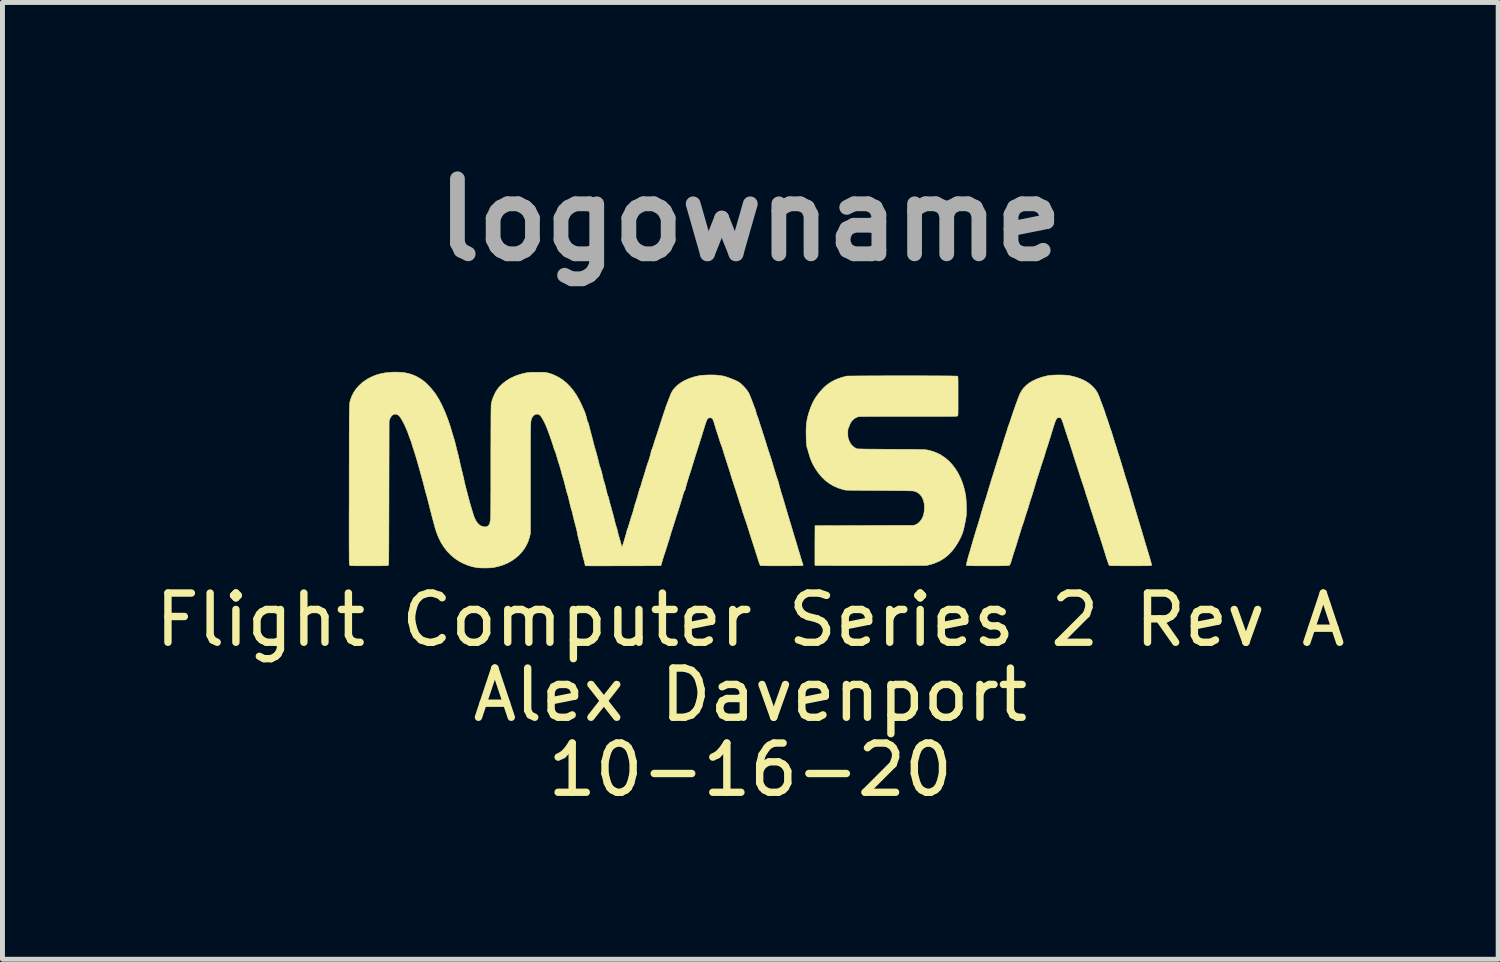
<source format=kicad_pcb>
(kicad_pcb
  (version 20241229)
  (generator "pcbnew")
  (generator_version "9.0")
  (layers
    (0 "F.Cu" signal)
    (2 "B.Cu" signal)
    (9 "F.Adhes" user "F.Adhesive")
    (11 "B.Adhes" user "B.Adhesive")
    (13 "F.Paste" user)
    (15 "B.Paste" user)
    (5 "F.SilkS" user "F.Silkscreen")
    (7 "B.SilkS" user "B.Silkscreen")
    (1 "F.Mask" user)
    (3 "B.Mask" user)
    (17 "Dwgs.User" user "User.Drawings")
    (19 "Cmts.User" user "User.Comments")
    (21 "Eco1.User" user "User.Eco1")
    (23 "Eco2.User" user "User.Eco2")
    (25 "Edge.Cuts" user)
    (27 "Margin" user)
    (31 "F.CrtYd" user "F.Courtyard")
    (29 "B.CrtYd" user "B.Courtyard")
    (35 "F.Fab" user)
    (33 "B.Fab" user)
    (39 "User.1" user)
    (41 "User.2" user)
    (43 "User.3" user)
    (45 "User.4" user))
  (footprint "logowname"
    (layer "F.Cu")
    (at 12.196 6.498)
    (property "Reference" "logowname" (at 0 -5.08 0) (layer "F.Fab") (effects (font (size 1.524 1.524) (thickness 0.3))))
    (attr through_hole)
    (fp_poly (pts (xy 3.253 -1.912) (xy 3.351 -1.912) (xy 3.446 -1.912) (xy 3.539 -1.912) (xy 3.628 -1.911) (xy 3.714 -1.911) (xy 3.794 -1.911) (xy 3.869 -1.91) (xy 3.939 -1.91) (xy 4.002 -1.909) (xy 4.058 -1.909) (xy 4.106 -1.908) (xy 4.146 -1.907) (xy 4.177 -1.907) (xy 4.198 -1.906) (xy 4.21 -1.905) (xy 4.211 -1.905) (xy 4.214 -1.903) (xy 4.216 -1.901) (xy 4.217 -1.896) (xy 4.218 -1.889) (xy 4.22 -1.877) (xy 4.22 -1.861) (xy 4.221 -1.84) (xy 4.222 -1.811) (xy 4.222 -1.775) (xy 4.222 -1.731) (xy 4.222 -1.677) (xy 4.222 -1.612) (xy 4.222 -1.536) (xy 4.222 -1.503) (xy 4.222 -1.422) (xy 4.222 -1.353) (xy 4.222 -1.295) (xy 4.222 -1.246) (xy 4.222 -1.207) (xy 4.221 -1.175) (xy 4.221 -1.151) (xy 4.22 -1.132) (xy 4.219 -1.119) (xy 4.218 -1.109) (xy 4.216 -1.103) (xy 4.214 -1.099) (xy 4.212 -1.096) (xy 4.212 -1.096) (xy 4.21 -1.095) (xy 4.207 -1.093) (xy 4.203 -1.092) (xy 4.196 -1.091) (xy 4.186 -1.09) (xy 4.174 -1.09) (xy 4.158 -1.089) (xy 4.138 -1.088) (xy 4.113 -1.088) (xy 4.084 -1.087) (xy 4.049 -1.087) (xy 4.008 -1.087) (xy 3.96 -1.086) (xy 3.906 -1.086) (xy 3.844 -1.086) (xy 3.774 -1.086) (xy 3.696 -1.086) (xy 3.61 -1.086) (xy 3.513 -1.086) (xy 3.407 -1.086) (xy 3.291 -1.086) (xy 3.218 -1.086) (xy 3.115 -1.086) (xy 3.014 -1.086) (xy 2.916 -1.086) (xy 2.822 -1.086) (xy 2.732 -1.086) (xy 2.648 -1.086) (xy 2.569 -1.086) (xy 2.496 -1.085) (xy 2.43 -1.085) (xy 2.371 -1.085) (xy 2.321 -1.084) (xy 2.278 -1.084) (xy 2.245 -1.084) (xy 2.221 -1.083) (xy 2.208 -1.083) (xy 2.205 -1.082) (xy 2.174 -1.074) (xy 2.14 -1.057) (xy 2.106 -1.035) (xy 2.077 -1.01) (xy 2.056 -0.984) (xy 2.036 -0.95) (xy 2.018 -0.913) (xy 2.006 -0.879) (xy 2 -0.86) (xy 1.992 -0.845) (xy 1.991 -0.842) (xy 1.987 -0.835) (xy 1.984 -0.824) (xy 1.983 -0.806) (xy 1.982 -0.78) (xy 1.982 -0.747) (xy 1.982 -0.71) (xy 1.984 -0.682) (xy 1.986 -0.66) (xy 1.99 -0.642) (xy 1.995 -0.625) (xy 2.019 -0.566) (xy 2.051 -0.515) (xy 2.091 -0.474) (xy 2.138 -0.442) (xy 2.163 -0.43) (xy 2.171 -0.428) (xy 2.188 -0.427) (xy 2.216 -0.426) (xy 2.252 -0.425) (xy 2.299 -0.424) (xy 2.356 -0.423) (xy 2.424 -0.422) (xy 2.501 -0.422) (xy 2.59 -0.421) (xy 2.689 -0.42) (xy 2.798 -0.419) (xy 2.864 -0.419) (xy 2.964 -0.418) (xy 3.055 -0.418) (xy 3.136 -0.418) (xy 3.207 -0.417) (xy 3.27 -0.417) (xy 3.326 -0.416) (xy 3.374 -0.416) (xy 3.415 -0.415) (xy 3.45 -0.414) (xy 3.48 -0.414) (xy 3.506 -0.413) (xy 3.527 -0.412) (xy 3.545 -0.411) (xy 3.559 -0.41) (xy 3.572 -0.408) (xy 3.583 -0.407) (xy 3.593 -0.405) (xy 3.603 -0.403) (xy 3.613 -0.401) (xy 3.616 -0.401) (xy 3.681 -0.384) (xy 3.747 -0.362) (xy 3.809 -0.336) (xy 3.864 -0.308) (xy 3.948 -0.253) (xy 4.027 -0.188) (xy 4.099 -0.113) (xy 4.164 -0.028) (xy 4.222 0.064) (xy 4.272 0.164) (xy 4.313 0.271) (xy 4.327 0.314) (xy 4.345 0.377) (xy 4.359 0.433) (xy 4.37 0.486) (xy 4.379 0.538) (xy 4.384 0.593) (xy 4.388 0.654) (xy 4.391 0.723) (xy 4.392 0.744) (xy 4.393 0.795) (xy 4.393 0.837) (xy 4.392 0.873) (xy 4.39 0.906) (xy 4.387 0.939) (xy 4.382 0.974) (xy 4.375 1.013) (xy 4.366 1.06) (xy 4.357 1.108) (xy 4.344 1.167) (xy 4.332 1.217) (xy 4.32 1.259) (xy 4.307 1.298) (xy 4.292 1.335) (xy 4.275 1.373) (xy 4.271 1.381) (xy 4.215 1.486) (xy 4.154 1.579) (xy 4.088 1.662) (xy 4.017 1.734) (xy 3.94 1.795) (xy 3.858 1.846) (xy 3.769 1.887) (xy 3.673 1.919) (xy 3.643 1.927) (xy 3.575 1.944) (xy 2.446 1.945) (xy 2.295 1.945) (xy 2.154 1.945) (xy 2.025 1.945) (xy 1.906 1.945) (xy 1.798 1.945) (xy 1.701 1.945) (xy 1.615 1.944) (xy 1.539 1.944) (xy 1.474 1.944) (xy 1.421 1.943) (xy 1.378 1.942) (xy 1.346 1.942) (xy 1.325 1.941) (xy 1.315 1.94) (xy 1.314 1.94) (xy 1.314 1.933) (xy 1.313 1.914) (xy 1.313 1.884) (xy 1.313 1.845) (xy 1.313 1.798) (xy 1.313 1.744) (xy 1.313 1.683) (xy 1.313 1.618) (xy 1.313 1.548) (xy 1.313 1.534) (xy 1.315 1.133) (xy 3.327 1.127) (xy 3.359 1.113) (xy 3.39 1.098) (xy 3.414 1.081) (xy 3.436 1.06) (xy 3.454 1.04) (xy 3.486 0.996) (xy 3.509 0.948) (xy 3.525 0.896) (xy 3.535 0.837) (xy 3.537 0.797) (xy 3.538 0.736) (xy 3.533 0.684) (xy 3.524 0.637) (xy 3.508 0.593) (xy 3.481 0.54) (xy 3.446 0.497) (xy 3.404 0.463) (xy 3.356 0.44) (xy 3.324 0.431) (xy 3.314 0.43) (xy 3.297 0.428) (xy 3.273 0.427) (xy 3.241 0.426) (xy 3.201 0.425) (xy 3.152 0.424) (xy 3.095 0.423) (xy 3.028 0.423) (xy 2.952 0.422) (xy 2.866 0.421) (xy 2.77 0.42) (xy 2.664 0.419) (xy 2.616 0.419) (xy 2.515 0.419) (xy 2.426 0.418) (xy 2.346 0.417) (xy 2.275 0.417) (xy 2.213 0.416) (xy 2.159 0.416) (xy 2.112 0.415) (xy 2.071 0.415) (xy 2.037 0.414) (xy 2.008 0.413) (xy 1.984 0.413) (xy 1.964 0.412) (xy 1.948 0.411) (xy 1.934 0.41) (xy 1.923 0.408) (xy 1.914 0.407) (xy 1.905 0.405) (xy 1.897 0.403) (xy 1.889 0.401) (xy 1.889 0.401) (xy 1.788 0.369) (xy 1.694 0.328) (xy 1.608 0.278) (xy 1.527 0.217) (xy 1.453 0.146) (xy 1.385 0.065) (xy 1.321 -0.028) (xy 1.272 -0.114) (xy 1.251 -0.158) (xy 1.23 -0.208) (xy 1.21 -0.265) (xy 1.19 -0.331) (xy 1.177 -0.375) (xy 1.169 -0.404) (xy 1.162 -0.43) (xy 1.156 -0.449) (xy 1.152 -0.458) (xy 1.148 -0.472) (xy 1.145 -0.498) (xy 1.141 -0.533) (xy 1.138 -0.575) (xy 1.136 -0.624) (xy 1.135 -0.677) (xy 1.134 -0.734) (xy 1.134 -0.743) (xy 1.134 -0.819) (xy 1.137 -0.886) (xy 1.142 -0.946) (xy 1.151 -1.003) (xy 1.162 -1.059) (xy 1.177 -1.118) (xy 1.185 -1.146) (xy 1.219 -1.249) (xy 1.257 -1.341) (xy 1.299 -1.423) (xy 1.324 -1.464) (xy 1.361 -1.516) (xy 1.402 -1.57) (xy 1.447 -1.622) (xy 1.491 -1.669) (xy 1.533 -1.708) (xy 1.535 -1.709) (xy 1.602 -1.76) (xy 1.678 -1.806) (xy 1.762 -1.845) (xy 1.852 -1.877) (xy 1.902 -1.891) (xy 1.965 -1.907) (xy 2.29 -1.91) (xy 2.376 -1.91) (xy 2.466 -1.911) (xy 2.559 -1.911) (xy 2.655 -1.911) (xy 2.753 -1.912) (xy 2.853 -1.912) (xy 2.953 -1.912) (xy 3.054 -1.912) (xy 3.154 -1.912) (xy 3.253 -1.912)) (stroke (width 0.01) (type solid)) (fill yes) (layer "F.SilkS"))
    (fp_poly (pts (xy 6.324 -1.928) (xy 6.373 -1.926) (xy 6.418 -1.924) (xy 6.457 -1.92) (xy 6.487 -1.916) (xy 6.49 -1.915) (xy 6.585 -1.893) (xy 6.669 -1.867) (xy 6.745 -1.837) (xy 6.813 -1.803) (xy 6.874 -1.764) (xy 6.93 -1.719) (xy 6.974 -1.676) (xy 7.009 -1.636) (xy 7.039 -1.593) (xy 7.065 -1.544) (xy 7.09 -1.487) (xy 7.106 -1.443) (xy 7.115 -1.417) (xy 7.127 -1.384) (xy 7.141 -1.349) (xy 7.153 -1.319) (xy 7.167 -1.281) (xy 7.183 -1.237) (xy 7.198 -1.194) (xy 7.207 -1.167) (xy 7.218 -1.131) (xy 7.23 -1.094) (xy 7.242 -1.06) (xy 7.251 -1.037) (xy 7.261 -1.008) (xy 7.273 -0.973) (xy 7.285 -0.936) (xy 7.293 -0.91) (xy 7.303 -0.879) (xy 7.312 -0.85) (xy 7.32 -0.827) (xy 7.325 -0.813) (xy 7.331 -0.799) (xy 7.339 -0.776) (xy 7.348 -0.746) (xy 7.359 -0.712) (xy 7.365 -0.692) (xy 7.376 -0.653) (xy 7.389 -0.612) (xy 7.401 -0.574) (xy 7.411 -0.542) (xy 7.414 -0.533) (xy 7.425 -0.5) (xy 7.437 -0.463) (xy 7.447 -0.429) (xy 7.45 -0.419) (xy 7.459 -0.387) (xy 7.47 -0.351) (xy 7.481 -0.32) (xy 7.481 -0.318) (xy 7.49 -0.292) (xy 7.502 -0.256) (xy 7.516 -0.208) (xy 7.534 -0.152) (xy 7.553 -0.086) (xy 7.576 -0.012) (xy 7.6 0.069) (xy 7.607 0.092) (xy 7.618 0.13) (xy 7.63 0.168) (xy 7.64 0.202) (xy 7.649 0.228) (xy 7.654 0.241) (xy 7.66 0.261) (xy 7.67 0.289) (xy 7.68 0.324) (xy 7.692 0.363) (xy 7.704 0.403) (xy 7.715 0.443) (xy 7.727 0.482) (xy 7.738 0.523) (xy 7.751 0.564) (xy 7.764 0.609) (xy 7.778 0.657) (xy 7.794 0.71) (xy 7.811 0.768) (xy 7.831 0.834) (xy 7.853 0.907) (xy 7.877 0.989) (xy 7.905 1.081) (xy 7.936 1.183) (xy 7.941 1.2) (xy 7.955 1.246) (xy 7.969 1.294) (xy 7.983 1.342) (xy 7.996 1.384) (xy 8.006 1.418) (xy 8.007 1.422) (xy 8.018 1.461) (xy 8.03 1.502) (xy 8.042 1.54) (xy 8.052 1.572) (xy 8.052 1.572) (xy 8.059 1.596) (xy 8.069 1.63) (xy 8.082 1.671) (xy 8.095 1.715) (xy 8.109 1.761) (xy 8.116 1.786) (xy 8.13 1.834) (xy 8.14 1.871) (xy 8.148 1.899) (xy 8.152 1.918) (xy 8.154 1.931) (xy 8.154 1.939) (xy 8.153 1.943) (xy 8.152 1.943) (xy 8.145 1.944) (xy 8.128 1.945) (xy 8.103 1.946) (xy 8.069 1.947) (xy 8.028 1.948) (xy 7.982 1.948) (xy 7.931 1.949) (xy 7.876 1.949) (xy 7.818 1.949) (xy 7.759 1.949) (xy 7.699 1.949) (xy 7.64 1.949) (xy 7.582 1.949) (xy 7.527 1.949) (xy 7.475 1.948) (xy 7.428 1.948) (xy 7.387 1.947) (xy 7.352 1.946) (xy 7.325 1.946) (xy 7.307 1.945) (xy 7.299 1.943) (xy 7.299 1.943) (xy 7.295 1.94) (xy 7.291 1.934) (xy 7.286 1.925) (xy 7.28 1.911) (xy 7.273 1.893) (xy 7.265 1.868) (xy 7.254 1.837) (xy 7.241 1.799) (xy 7.226 1.752) (xy 7.209 1.696) (xy 7.188 1.63) (xy 7.165 1.554) (xy 7.146 1.494) (xy 7.134 1.456) (xy 7.12 1.414) (xy 7.107 1.373) (xy 7.098 1.348) (xy 7.086 1.312) (xy 7.073 1.272) (xy 7.061 1.234) (xy 7.055 1.216) (xy 7.045 1.182) (xy 7.034 1.146) (xy 7.022 1.113) (xy 7.018 1.102) (xy 7.009 1.076) (xy 6.998 1.043) (xy 6.986 1.005) (xy 6.975 0.968) (xy 6.973 0.962) (xy 6.962 0.926) (xy 6.951 0.891) (xy 6.941 0.86) (xy 6.933 0.836) (xy 6.932 0.832) (xy 6.924 0.811) (xy 6.914 0.781) (xy 6.903 0.747) (xy 6.892 0.71) (xy 6.887 0.694) (xy 6.876 0.658) (xy 6.865 0.622) (xy 6.854 0.591) (xy 6.846 0.567) (xy 6.844 0.559) (xy 6.837 0.539) (xy 6.827 0.51) (xy 6.816 0.476) (xy 6.806 0.44) (xy 6.803 0.43) (xy 6.791 0.392) (xy 6.779 0.353) (xy 6.767 0.316) (xy 6.757 0.287) (xy 6.755 0.283) (xy 6.746 0.258) (xy 6.735 0.225) (xy 6.722 0.185) (xy 6.709 0.144) (xy 6.696 0.105) (xy 6.681 0.058) (xy 6.665 0.006) (xy 6.648 -0.047) (xy 6.632 -0.096) (xy 6.623 -0.124) (xy 6.608 -0.168) (xy 6.592 -0.217) (xy 6.577 -0.266) (xy 6.563 -0.31) (xy 6.558 -0.327) (xy 6.546 -0.366) (xy 6.534 -0.402) (xy 6.522 -0.44) (xy 6.509 -0.481) (xy 6.494 -0.527) (xy 6.476 -0.581) (xy 6.462 -0.622) (xy 6.453 -0.651) (xy 6.441 -0.688) (xy 6.428 -0.727) (xy 6.415 -0.767) (xy 6.412 -0.775) (xy 6.391 -0.84) (xy 6.374 -0.895) (xy 6.359 -0.94) (xy 6.346 -0.976) (xy 6.336 -1.004) (xy 6.327 -1.025) (xy 6.319 -1.04) (xy 6.312 -1.05) (xy 6.304 -1.056) (xy 6.297 -1.059) (xy 6.288 -1.06) (xy 6.278 -1.06) (xy 6.274 -1.06) (xy 6.259 -1.06) (xy 6.245 -1.056) (xy 6.233 -1.049) (xy 6.222 -1.036) (xy 6.212 -1.018) (xy 6.2 -0.992) (xy 6.188 -0.958) (xy 6.173 -0.914) (xy 6.156 -0.859) (xy 6.154 -0.854) (xy 6.13 -0.776) (xy 6.11 -0.709) (xy 6.092 -0.652) (xy 6.077 -0.604) (xy 6.064 -0.564) (xy 6.054 -0.53) (xy 6.045 -0.503) (xy 6.038 -0.48) (xy 6.031 -0.46) (xy 6.026 -0.444) (xy 6.023 -0.437) (xy 6.012 -0.404) (xy 6 -0.365) (xy 5.99 -0.33) (xy 5.989 -0.326) (xy 5.981 -0.298) (xy 5.97 -0.263) (xy 5.958 -0.225) (xy 5.945 -0.188) (xy 5.945 -0.187) (xy 5.932 -0.149) (xy 5.917 -0.105) (xy 5.902 -0.058) (xy 5.889 -0.015) (xy 5.887 -0.01) (xy 5.876 0.027) (xy 5.865 0.062) (xy 5.855 0.093) (xy 5.847 0.117) (xy 5.844 0.124) (xy 5.837 0.145) (xy 5.828 0.174) (xy 5.817 0.208) (xy 5.807 0.242) (xy 5.807 0.244) (xy 5.79 0.302) (xy 5.772 0.363) (xy 5.754 0.423) (xy 5.736 0.48) (xy 5.72 0.532) (xy 5.705 0.577) (xy 5.695 0.606) (xy 5.684 0.641) (xy 5.672 0.679) (xy 5.662 0.714) (xy 5.658 0.726) (xy 5.649 0.759) (xy 5.637 0.797) (xy 5.625 0.833) (xy 5.622 0.84) (xy 5.613 0.869) (xy 5.601 0.905) (xy 5.588 0.945) (xy 5.577 0.983) (xy 5.576 0.987) (xy 5.566 1.021) (xy 5.556 1.051) (xy 5.548 1.076) (xy 5.542 1.092) (xy 5.541 1.095) (xy 5.537 1.106) (xy 5.53 1.125) (xy 5.521 1.152) (xy 5.509 1.189) (xy 5.495 1.236) (xy 5.477 1.293) (xy 5.456 1.36) (xy 5.432 1.439) (xy 5.424 1.467) (xy 5.411 1.508) (xy 5.399 1.548) (xy 5.387 1.584) (xy 5.377 1.614) (xy 5.37 1.634) (xy 5.37 1.635) (xy 5.363 1.656) (xy 5.353 1.686) (xy 5.342 1.722) (xy 5.33 1.761) (xy 5.322 1.788) (xy 5.308 1.835) (xy 5.297 1.872) (xy 5.287 1.899) (xy 5.279 1.918) (xy 5.271 1.931) (xy 5.263 1.939) (xy 5.255 1.943) (xy 5.247 1.944) (xy 5.228 1.946) (xy 5.2 1.946) (xy 5.161 1.947) (xy 5.114 1.948) (xy 5.057 1.949) (xy 4.993 1.949) (xy 4.921 1.949) (xy 4.842 1.949) (xy 4.817 1.949) (xy 4.736 1.949) (xy 4.666 1.949) (xy 4.606 1.949) (xy 4.554 1.949) (xy 4.511 1.948) (xy 4.476 1.948) (xy 4.447 1.947) (xy 4.426 1.946) (xy 4.41 1.945) (xy 4.399 1.944) (xy 4.393 1.943) (xy 4.39 1.941) (xy 4.39 1.941) (xy 4.391 1.932) (xy 4.394 1.913) (xy 4.399 1.886) (xy 4.407 1.854) (xy 4.416 1.819) (xy 4.425 1.783) (xy 4.434 1.749) (xy 4.444 1.718) (xy 4.448 1.704) (xy 4.455 1.681) (xy 4.465 1.649) (xy 4.476 1.611) (xy 4.487 1.572) (xy 4.494 1.546) (xy 4.51 1.492) (xy 4.527 1.433) (xy 4.545 1.373) (xy 4.563 1.313) (xy 4.58 1.256) (xy 4.596 1.204) (xy 4.609 1.159) (xy 4.621 1.124) (xy 4.621 1.124) (xy 4.63 1.096) (xy 4.641 1.059) (xy 4.653 1.019) (xy 4.665 0.979) (xy 4.669 0.965) (xy 4.693 0.88) (xy 4.715 0.807) (xy 4.733 0.746) (xy 4.748 0.696) (xy 4.76 0.658) (xy 4.77 0.632) (xy 4.77 0.63) (xy 4.777 0.61) (xy 4.786 0.581) (xy 4.797 0.547) (xy 4.808 0.508) (xy 4.817 0.477) (xy 4.83 0.433) (xy 4.845 0.382) (xy 4.862 0.328) (xy 4.878 0.276) (xy 4.889 0.238) (xy 4.904 0.191) (xy 4.921 0.137) (xy 4.939 0.079) (xy 4.956 0.023) (xy 4.972 -0.028) (xy 4.972 -0.029) (xy 4.986 -0.072) (xy 4.999 -0.115) (xy 5.011 -0.154) (xy 5.022 -0.187) (xy 5.03 -0.212) (xy 5.032 -0.219) (xy 5.054 -0.285) (xy 5.077 -0.359) (xy 5.102 -0.436) (xy 5.125 -0.511) (xy 5.137 -0.552) (xy 5.15 -0.593) (xy 5.163 -0.635) (xy 5.176 -0.674) (xy 5.187 -0.707) (xy 5.191 -0.721) (xy 5.202 -0.755) (xy 5.214 -0.792) (xy 5.225 -0.826) (xy 5.228 -0.838) (xy 5.238 -0.871) (xy 5.25 -0.906) (xy 5.262 -0.937) (xy 5.263 -0.94) (xy 5.272 -0.964) (xy 5.283 -0.997) (xy 5.295 -1.033) (xy 5.307 -1.069) (xy 5.308 -1.073) (xy 5.321 -1.112) (xy 5.336 -1.158) (xy 5.354 -1.211) (xy 5.374 -1.267) (xy 5.394 -1.324) (xy 5.415 -1.38) (xy 5.434 -1.432) (xy 5.452 -1.479) (xy 5.467 -1.517) (xy 5.474 -1.535) (xy 5.509 -1.602) (xy 5.553 -1.663) (xy 5.607 -1.718) (xy 5.67 -1.767) (xy 5.743 -1.811) (xy 5.826 -1.849) (xy 5.917 -1.882) (xy 6.018 -1.908) (xy 6.056 -1.916) (xy 6.087 -1.92) (xy 6.126 -1.924) (xy 6.171 -1.926) (xy 6.22 -1.928) (xy 6.272 -1.928) (xy 6.324 -1.928)) (stroke (width 0.01) (type solid)) (fill yes) (layer "F.SilkS"))
    (fp_poly (pts (xy -7.065 -1.98) (xy -6.978 -1.966) (xy -6.897 -1.945) (xy -6.821 -1.916) (xy -6.747 -1.879) (xy -6.674 -1.833) (xy -6.637 -1.805) (xy -6.599 -1.774) (xy -6.558 -1.734) (xy -6.515 -1.689) (xy -6.472 -1.64) (xy -6.432 -1.591) (xy -6.396 -1.543) (xy -6.378 -1.516) (xy -6.318 -1.416) (xy -6.261 -1.304) (xy -6.205 -1.18) (xy -6.153 -1.047) (xy -6.103 -0.903) (xy -6.069 -0.791) (xy -6.057 -0.75) (xy -6.045 -0.712) (xy -6.035 -0.678) (xy -6.027 -0.651) (xy -6.021 -0.633) (xy -6.02 -0.631) (xy -6.015 -0.613) (xy -6.007 -0.586) (xy -5.999 -0.553) (xy -5.99 -0.517) (xy -5.986 -0.501) (xy -5.976 -0.46) (xy -5.966 -0.417) (xy -5.955 -0.376) (xy -5.946 -0.342) (xy -5.944 -0.334) (xy -5.937 -0.305) (xy -5.927 -0.266) (xy -5.917 -0.223) (xy -5.907 -0.179) (xy -5.901 -0.15) (xy -5.892 -0.108) (xy -5.882 -0.066) (xy -5.873 -0.026) (xy -5.864 0.007) (xy -5.86 0.025) (xy -5.852 0.052) (xy -5.844 0.088) (xy -5.834 0.129) (xy -5.824 0.171) (xy -5.818 0.201) (xy -5.809 0.245) (xy -5.798 0.291) (xy -5.787 0.336) (xy -5.777 0.375) (xy -5.772 0.394) (xy -5.762 0.431) (xy -5.751 0.471) (xy -5.742 0.508) (xy -5.735 0.533) (xy -5.728 0.563) (xy -5.718 0.6) (xy -5.706 0.643) (xy -5.693 0.69) (xy -5.679 0.739) (xy -5.664 0.788) (xy -5.65 0.835) (xy -5.637 0.877) (xy -5.626 0.913) (xy -5.617 0.94) (xy -5.612 0.954) (xy -5.584 1.017) (xy -5.553 1.067) (xy -5.519 1.106) (xy -5.483 1.133) (xy -5.482 1.133) (xy -5.45 1.147) (xy -5.416 1.156) (xy -5.383 1.158) (xy -5.36 1.155) (xy -5.341 1.146) (xy -5.322 1.131) (xy -5.306 1.113) (xy -5.296 1.095) (xy -5.295 1.089) (xy -5.292 1.077) (xy -5.288 1.056) (xy -5.283 1.032) (xy -5.283 1.029) (xy -5.281 1.022) (xy -5.28 1.015) (xy -5.279 1.006) (xy -5.278 0.995) (xy -5.277 0.982) (xy -5.277 0.965) (xy -5.276 0.945) (xy -5.275 0.921) (xy -5.275 0.891) (xy -5.274 0.856) (xy -5.274 0.815) (xy -5.274 0.768) (xy -5.273 0.713) (xy -5.273 0.651) (xy -5.273 0.58) (xy -5.273 0.501) (xy -5.272 0.412) (xy -5.272 0.313) (xy -5.272 0.203) (xy -5.272 0.083) (xy -5.272 -0.05) (xy -5.272 -0.159) (xy -5.272 -0.314) (xy -5.272 -0.456) (xy -5.271 -0.587) (xy -5.271 -0.706) (xy -5.271 -0.813) (xy -5.27 -0.91) (xy -5.27 -0.995) (xy -5.27 -1.07) (xy -5.269 -1.135) (xy -5.269 -1.191) (xy -5.268 -1.236) (xy -5.267 -1.273) (xy -5.267 -1.301) (xy -5.266 -1.32) (xy -5.265 -1.332) (xy -5.265 -1.333) (xy -5.255 -1.38) (xy -5.244 -1.42) (xy -5.23 -1.461) (xy -5.213 -1.501) (xy -5.191 -1.549) (xy -5.171 -1.589) (xy -5.149 -1.623) (xy -5.125 -1.656) (xy -5.101 -1.685) (xy -5.035 -1.751) (xy -4.96 -1.809) (xy -4.878 -1.86) (xy -4.788 -1.903) (xy -4.691 -1.938) (xy -4.588 -1.965) (xy -4.548 -1.973) (xy -4.524 -1.976) (xy -4.498 -1.979) (xy -4.469 -1.981) (xy -4.434 -1.983) (xy -4.392 -1.984) (xy -4.342 -1.984) (xy -4.327 -1.984) (xy -4.273 -1.984) (xy -4.228 -1.983) (xy -4.191 -1.981) (xy -4.158 -1.978) (xy -4.128 -1.973) (xy -4.1 -1.967) (xy -4.07 -1.958) (xy -4.038 -1.947) (xy -4.003 -1.934) (xy -3.913 -1.892) (xy -3.826 -1.839) (xy -3.745 -1.775) (xy -3.668 -1.699) (xy -3.597 -1.613) (xy -3.531 -1.517) (xy -3.471 -1.411) (xy -3.422 -1.309) (xy -3.408 -1.275) (xy -3.394 -1.245) (xy -3.383 -1.219) (xy -3.375 -1.201) (xy -3.371 -1.194) (xy -3.364 -1.177) (xy -3.355 -1.152) (xy -3.345 -1.121) (xy -3.335 -1.087) (xy -3.326 -1.055) (xy -3.319 -1.026) (xy -3.315 -1.006) (xy -3.315 -1.002) (xy -3.31 -0.98) (xy -3.303 -0.97) (xy -3.302 -0.97) (xy -3.296 -0.963) (xy -3.289 -0.944) (xy -3.281 -0.913) (xy -3.278 -0.901) (xy -3.27 -0.869) (xy -3.26 -0.83) (xy -3.249 -0.788) (xy -3.238 -0.749) (xy -3.238 -0.746) (xy -3.226 -0.704) (xy -3.214 -0.656) (xy -3.201 -0.607) (xy -3.191 -0.566) (xy -3.181 -0.528) (xy -3.171 -0.487) (xy -3.16 -0.45) (xy -3.151 -0.419) (xy -3.15 -0.416) (xy -3.143 -0.392) (xy -3.134 -0.361) (xy -3.124 -0.325) (xy -3.114 -0.286) (xy -3.103 -0.245) (xy -3.093 -0.205) (xy -3.083 -0.167) (xy -3.075 -0.134) (xy -3.069 -0.108) (xy -3.066 -0.091) (xy -3.065 -0.085) (xy -3.061 -0.072) (xy -3.057 -0.067) (xy -3.053 -0.059) (xy -3.047 -0.042) (xy -3.039 -0.016) (xy -3.03 0.014) (xy -3.021 0.047) (xy -3.012 0.08) (xy -3.005 0.112) (xy -2.998 0.139) (xy -2.994 0.159) (xy -2.993 0.168) (xy -2.991 0.18) (xy -2.986 0.2) (xy -2.978 0.224) (xy -2.975 0.232) (xy -2.966 0.258) (xy -2.956 0.292) (xy -2.946 0.329) (xy -2.937 0.367) (xy -2.936 0.371) (xy -2.924 0.421) (xy -2.915 0.459) (xy -2.907 0.489) (xy -2.901 0.51) (xy -2.895 0.526) (xy -2.89 0.537) (xy -2.889 0.538) (xy -2.883 0.555) (xy -2.877 0.575) (xy -2.877 0.577) (xy -2.873 0.597) (xy -2.866 0.624) (xy -2.858 0.657) (xy -2.847 0.699) (xy -2.832 0.751) (xy -2.815 0.813) (xy -2.808 0.838) (xy -2.795 0.883) (xy -2.783 0.929) (xy -2.772 0.972) (xy -2.762 1.01) (xy -2.755 1.04) (xy -2.753 1.048) (xy -2.746 1.079) (xy -2.738 1.11) (xy -2.73 1.135) (xy -2.726 1.146) (xy -2.718 1.168) (xy -2.71 1.196) (xy -2.702 1.226) (xy -2.701 1.232) (xy -2.692 1.272) (xy -2.68 1.319) (xy -2.666 1.367) (xy -2.653 1.411) (xy -2.646 1.435) (xy -2.639 1.455) (xy -2.632 1.482) (xy -2.625 1.511) (xy -2.624 1.516) (xy -2.618 1.54) (xy -2.613 1.559) (xy -2.609 1.57) (xy -2.608 1.571) (xy -2.605 1.566) (xy -2.6 1.551) (xy -2.592 1.527) (xy -2.582 1.497) (xy -2.571 1.462) (xy -2.56 1.424) (xy -2.548 1.385) (xy -2.537 1.346) (xy -2.526 1.31) (xy -2.517 1.279) (xy -2.511 1.253) (xy -2.506 1.236) (xy -2.506 1.231) (xy -2.5 1.21) (xy -2.492 1.192) (xy -2.491 1.192) (xy -2.483 1.175) (xy -2.48 1.158) (xy -2.478 1.141) (xy -2.473 1.131) (xy -2.468 1.121) (xy -2.461 1.102) (xy -2.453 1.076) (xy -2.445 1.046) (xy -2.444 1.045) (xy -2.434 1.009) (xy -2.423 0.973) (xy -2.413 0.94) (xy -2.405 0.92) (xy -2.396 0.894) (xy -2.386 0.861) (xy -2.376 0.824) (xy -2.366 0.788) (xy -2.366 0.786) (xy -2.357 0.754) (xy -2.35 0.725) (xy -2.343 0.703) (xy -2.339 0.689) (xy -2.338 0.687) (xy -2.334 0.676) (xy -2.327 0.656) (xy -2.319 0.629) (xy -2.309 0.598) (xy -2.299 0.566) (xy -2.29 0.534) (xy -2.282 0.505) (xy -2.275 0.482) (xy -2.272 0.467) (xy -2.271 0.462) (xy -2.269 0.451) (xy -2.263 0.436) (xy -2.256 0.417) (xy -2.251 0.396) (xy -2.247 0.378) (xy -2.24 0.365) (xy -2.239 0.365) (xy -2.232 0.352) (xy -2.227 0.335) (xy -2.22 0.31) (xy -2.212 0.278) (xy -2.2 0.239) (xy -2.185 0.191) (xy -2.18 0.175) (xy -2.17 0.144) (xy -2.158 0.104) (xy -2.144 0.06) (xy -2.131 0.014) (xy -2.119 -0.025) (xy -2.108 -0.063) (xy -2.097 -0.097) (xy -2.088 -0.125) (xy -2.081 -0.144) (xy -2.076 -0.155) (xy -2.076 -0.156) (xy -2.072 -0.164) (xy -2.066 -0.181) (xy -2.058 -0.206) (xy -2.049 -0.235) (xy -2.04 -0.266) (xy -2.032 -0.297) (xy -2.025 -0.324) (xy -2.02 -0.345) (xy -2.018 -0.359) (xy -2.017 -0.36) (xy -2.015 -0.371) (xy -2.009 -0.39) (xy -2 -0.413) (xy -1.995 -0.424) (xy -1.984 -0.455) (xy -1.971 -0.491) (xy -1.96 -0.528) (xy -1.956 -0.542) (xy -1.946 -0.576) (xy -1.934 -0.614) (xy -1.923 -0.649) (xy -1.918 -0.66) (xy -1.907 -0.691) (xy -1.896 -0.725) (xy -1.887 -0.754) (xy -1.885 -0.759) (xy -1.877 -0.785) (xy -1.867 -0.817) (xy -1.856 -0.851) (xy -1.851 -0.867) (xy -1.84 -0.898) (xy -1.828 -0.937) (xy -1.815 -0.977) (xy -1.803 -1.015) (xy -1.802 -1.016) (xy -1.79 -1.055) (xy -1.776 -1.098) (xy -1.763 -1.138) (xy -1.751 -1.172) (xy -1.741 -1.202) (xy -1.731 -1.23) (xy -1.724 -1.254) (xy -1.72 -1.267) (xy -1.715 -1.283) (xy -1.706 -1.306) (xy -1.696 -1.335) (xy -1.684 -1.365) (xy -1.67 -1.4) (xy -1.656 -1.436) (xy -1.643 -1.47) (xy -1.635 -1.491) (xy -1.616 -1.541) (xy -1.595 -1.582) (xy -1.573 -1.618) (xy -1.545 -1.654) (xy -1.54 -1.66) (xy -1.486 -1.715) (xy -1.422 -1.764) (xy -1.35 -1.808) (xy -1.27 -1.846) (xy -1.182 -1.878) (xy -1.088 -1.904) (xy -1.031 -1.915) (xy -1 -1.92) (xy -0.961 -1.923) (xy -0.916 -1.926) (xy -0.868 -1.928) (xy -0.819 -1.929) (xy -0.772 -1.929) (xy -0.73 -1.928) (xy -0.694 -1.926) (xy -0.678 -1.925) (xy -0.647 -1.921) (xy -0.613 -1.916) (xy -0.582 -1.912) (xy -0.571 -1.911) (xy -0.544 -1.906) (xy -0.508 -1.896) (xy -0.466 -1.883) (xy -0.42 -1.866) (xy -0.372 -1.847) (xy -0.323 -1.827) (xy -0.276 -1.806) (xy -0.256 -1.796) (xy -0.223 -1.776) (xy -0.185 -1.747) (xy -0.147 -1.71) (xy -0.109 -1.67) (xy -0.074 -1.626) (xy -0.043 -1.583) (xy -0.029 -1.559) (xy -0.022 -1.543) (xy -0.011 -1.518) (xy 0.002 -1.486) (xy 0.017 -1.449) (xy 0.032 -1.409) (xy 0.038 -1.394) (xy 0.053 -1.354) (xy 0.067 -1.316) (xy 0.08 -1.283) (xy 0.09 -1.257) (xy 0.097 -1.239) (xy 0.099 -1.235) (xy 0.107 -1.213) (xy 0.113 -1.187) (xy 0.115 -1.177) (xy 0.121 -1.152) (xy 0.13 -1.124) (xy 0.137 -1.106) (xy 0.146 -1.084) (xy 0.157 -1.054) (xy 0.168 -1.022) (xy 0.173 -1.006) (xy 0.18 -0.982) (xy 0.191 -0.949) (xy 0.203 -0.909) (xy 0.218 -0.864) (xy 0.233 -0.818) (xy 0.243 -0.787) (xy 0.259 -0.736) (xy 0.278 -0.679) (xy 0.296 -0.621) (xy 0.313 -0.566) (xy 0.329 -0.517) (xy 0.333 -0.501) (xy 0.347 -0.458) (xy 0.361 -0.413) (xy 0.375 -0.371) (xy 0.387 -0.335) (xy 0.396 -0.307) (xy 0.397 -0.304) (xy 0.408 -0.271) (xy 0.421 -0.231) (xy 0.434 -0.189) (xy 0.444 -0.156) (xy 0.463 -0.091) (xy 0.481 -0.03) (xy 0.498 0.026) (xy 0.513 0.076) (xy 0.526 0.119) (xy 0.538 0.154) (xy 0.546 0.179) (xy 0.552 0.192) (xy 0.557 0.207) (xy 0.565 0.231) (xy 0.573 0.261) (xy 0.583 0.296) (xy 0.587 0.314) (xy 0.598 0.354) (xy 0.609 0.396) (xy 0.62 0.436) (xy 0.631 0.47) (xy 0.633 0.477) (xy 0.643 0.508) (xy 0.655 0.547) (xy 0.668 0.588) (xy 0.68 0.629) (xy 0.683 0.638) (xy 0.696 0.684) (xy 0.712 0.739) (xy 0.731 0.802) (xy 0.751 0.871) (xy 0.773 0.944) (xy 0.795 1.018) (xy 0.818 1.092) (xy 0.839 1.163) (xy 0.841 1.168) (xy 0.854 1.214) (xy 0.87 1.267) (xy 0.887 1.324) (xy 0.904 1.38) (xy 0.919 1.431) (xy 0.921 1.435) (xy 0.947 1.522) (xy 0.969 1.597) (xy 0.989 1.662) (xy 1.006 1.718) (xy 1.02 1.764) (xy 1.031 1.803) (xy 1.041 1.834) (xy 1.049 1.859) (xy 1.055 1.878) (xy 1.06 1.893) (xy 1.064 1.904) (xy 1.064 1.904) (xy 1.071 1.924) (xy 1.073 1.935) (xy 1.071 1.942) (xy 1.069 1.944) (xy 1.062 1.945) (xy 1.045 1.945) (xy 1.019 1.946) (xy 0.984 1.947) (xy 0.941 1.948) (xy 0.89 1.948) (xy 0.834 1.949) (xy 0.771 1.949) (xy 0.704 1.949) (xy 0.636 1.949) (xy 0.554 1.949) (xy 0.482 1.949) (xy 0.42 1.949) (xy 0.367 1.949) (xy 0.323 1.948) (xy 0.286 1.948) (xy 0.258 1.947) (xy 0.235 1.946) (xy 0.219 1.945) (xy 0.209 1.944) (xy 0.203 1.942) (xy 0.202 1.942) (xy 0.198 1.934) (xy 0.191 1.915) (xy 0.181 1.888) (xy 0.169 1.855) (xy 0.157 1.816) (xy 0.147 1.784) (xy 0.133 1.74) (xy 0.12 1.7) (xy 0.108 1.661) (xy 0.096 1.623) (xy 0.083 1.582) (xy 0.068 1.538) (xy 0.052 1.487) (xy 0.033 1.428) (xy 0.011 1.362) (xy -0.001 1.324) (xy -0.015 1.279) (xy -0.03 1.231) (xy -0.045 1.185) (xy -0.052 1.162) (xy -0.063 1.125) (xy -0.074 1.092) (xy -0.084 1.063) (xy -0.091 1.042) (xy -0.095 1.032) (xy -0.1 1.018) (xy -0.108 0.996) (xy -0.117 0.968) (xy -0.124 0.946) (xy -0.133 0.918) (xy -0.142 0.893) (xy -0.148 0.875) (xy -0.152 0.867) (xy -0.157 0.853) (xy -0.162 0.833) (xy -0.166 0.82) (xy -0.172 0.794) (xy -0.181 0.765) (xy -0.187 0.747) (xy -0.195 0.727) (xy -0.204 0.698) (xy -0.215 0.664) (xy -0.227 0.628) (xy -0.231 0.613) (xy -0.241 0.582) (xy -0.254 0.541) (xy -0.269 0.494) (xy -0.285 0.443) (xy -0.303 0.39) (xy -0.32 0.338) (xy -0.322 0.33) (xy -0.339 0.281) (xy -0.354 0.233) (xy -0.369 0.189) (xy -0.381 0.149) (xy -0.391 0.117) (xy -0.398 0.094) (xy -0.4 0.089) (xy -0.406 0.068) (xy -0.415 0.037) (xy -0.427 -0.000298) (xy -0.441 -0.043) (xy -0.456 -0.088) (xy -0.467 -0.124) (xy -0.483 -0.172) (xy -0.499 -0.223) (xy -0.515 -0.272) (xy -0.529 -0.317) (xy -0.541 -0.355) (xy -0.546 -0.373) (xy -0.557 -0.408) (xy -0.567 -0.44) (xy -0.576 -0.467) (xy -0.583 -0.486) (xy -0.585 -0.491) (xy -0.591 -0.506) (xy -0.6 -0.531) (xy -0.611 -0.562) (xy -0.622 -0.596) (xy -0.626 -0.61) (xy -0.638 -0.647) (xy -0.65 -0.685) (xy -0.661 -0.719) (xy -0.67 -0.747) (xy -0.672 -0.752) (xy -0.68 -0.777) (xy -0.691 -0.81) (xy -0.703 -0.847) (xy -0.714 -0.886) (xy -0.719 -0.902) (xy -0.729 -0.937) (xy -0.739 -0.969) (xy -0.748 -0.996) (xy -0.755 -1.014) (xy -0.757 -1.021) (xy -0.773 -1.042) (xy -0.794 -1.056) (xy -0.819 -1.06) (xy -0.844 -1.055) (xy -0.86 -1.046) (xy -0.867 -1.04) (xy -0.874 -1.03) (xy -0.881 -1.015) (xy -0.89 -0.995) (xy -0.9 -0.968) (xy -0.912 -0.933) (xy -0.926 -0.89) (xy -0.942 -0.837) (xy -0.962 -0.773) (xy -0.964 -0.765) (xy -0.977 -0.723) (xy -0.991 -0.678) (xy -1.005 -0.635) (xy -1.017 -0.597) (xy -1.022 -0.581) (xy -1.035 -0.539) (xy -1.052 -0.487) (xy -1.07 -0.429) (xy -1.09 -0.366) (xy -1.111 -0.301) (xy -1.131 -0.237) (xy -1.15 -0.176) (xy -1.167 -0.12) (xy -1.182 -0.072) (xy -1.19 -0.044) (xy -1.203 -0.004) (xy -1.216 0.038) (xy -1.229 0.077) (xy -1.24 0.11) (xy -1.245 0.124) (xy -1.253 0.151) (xy -1.264 0.185) (xy -1.275 0.223) (xy -1.287 0.263) (xy -1.298 0.302) (xy -1.308 0.338) (xy -1.315 0.367) (xy -1.32 0.387) (xy -1.32 0.389) (xy -1.326 0.407) (xy -1.334 0.419) (xy -1.34 0.43) (xy -1.348 0.449) (xy -1.357 0.476) (xy -1.368 0.508) (xy -1.372 0.522) (xy -1.395 0.601) (xy -1.417 0.673) (xy -1.437 0.738) (xy -1.455 0.795) (xy -1.47 0.843) (xy -1.482 0.88) (xy -1.49 0.902) (xy -1.501 0.935) (xy -1.513 0.973) (xy -1.523 1.007) (xy -1.524 1.01) (xy -1.533 1.04) (xy -1.545 1.077) (xy -1.557 1.113) (xy -1.561 1.127) (xy -1.571 1.157) (xy -1.583 1.194) (xy -1.596 1.235) (xy -1.609 1.276) (xy -1.613 1.289) (xy -1.631 1.351) (xy -1.65 1.415) (xy -1.67 1.477) (xy -1.688 1.537) (xy -1.706 1.592) (xy -1.722 1.641) (xy -1.735 1.682) (xy -1.746 1.713) (xy -1.747 1.716) (xy -1.757 1.747) (xy -1.769 1.785) (xy -1.782 1.826) (xy -1.791 1.86) (xy -1.8 1.89) (xy -1.808 1.916) (xy -1.814 1.936) (xy -1.818 1.945) (xy -1.819 1.946) (xy -1.825 1.946) (xy -1.841 1.947) (xy -1.866 1.947) (xy -1.9 1.947) (xy -1.943 1.948) (xy -1.992 1.948) (xy -2.048 1.948) (xy -2.109 1.948) (xy -2.176 1.949) (xy -2.246 1.949) (xy -2.32 1.949) (xy -2.397 1.949) (xy -2.475 1.95) (xy -2.554 1.95) (xy -2.634 1.95) (xy -2.713 1.95) (xy -2.791 1.95) (xy -2.867 1.951) (xy -2.94 1.951) (xy -3.009 1.951) (xy -3.075 1.951) (xy -3.135 1.951) (xy -3.189 1.951) (xy -3.237 1.951) (xy -3.277 1.95) (xy -3.31 1.95) (xy -3.333 1.95) (xy -3.347 1.95) (xy -3.349 1.95) (xy -3.353 1.944) (xy -3.358 1.929) (xy -3.362 1.91) (xy -3.367 1.887) (xy -3.374 1.856) (xy -3.383 1.824) (xy -3.388 1.807) (xy -3.397 1.776) (xy -3.407 1.736) (xy -3.417 1.695) (xy -3.426 1.655) (xy -3.426 1.654) (xy -3.435 1.613) (xy -3.447 1.565) (xy -3.459 1.517) (xy -3.47 1.474) (xy -3.47 1.473) (xy -3.484 1.422) (xy -3.495 1.379) (xy -3.504 1.338) (xy -3.513 1.296) (xy -3.517 1.273) (xy -3.522 1.246) (xy -3.528 1.219) (xy -3.535 1.189) (xy -3.544 1.154) (xy -3.556 1.111) (xy -3.559 1.102) (xy -3.57 1.061) (xy -3.582 1.013) (xy -3.594 0.964) (xy -3.604 0.92) (xy -3.605 0.916) (xy -3.613 0.881) (xy -3.621 0.849) (xy -3.628 0.823) (xy -3.633 0.806) (xy -3.635 0.801) (xy -3.639 0.79) (xy -3.644 0.774) (xy -3.65 0.752) (xy -3.657 0.723) (xy -3.666 0.685) (xy -3.678 0.637) (xy -3.685 0.603) (xy -3.693 0.57) (xy -3.701 0.539) (xy -3.708 0.514) (xy -3.714 0.497) (xy -3.715 0.495) (xy -3.719 0.482) (xy -3.726 0.459) (xy -3.735 0.428) (xy -3.743 0.393) (xy -3.751 0.363) (xy -3.76 0.322) (xy -3.771 0.281) (xy -3.781 0.242) (xy -3.79 0.21) (xy -3.795 0.195) (xy -3.803 0.167) (xy -3.814 0.132) (xy -3.825 0.092) (xy -3.836 0.051) (xy -3.84 0.038) (xy -3.85 -0.001) (xy -3.862 -0.042) (xy -3.873 -0.081) (xy -3.883 -0.112) (xy -3.886 -0.121) (xy -3.896 -0.149) (xy -3.907 -0.186) (xy -3.919 -0.227) (xy -3.93 -0.266) (xy -3.933 -0.276) (xy -3.943 -0.31) (xy -3.953 -0.342) (xy -3.962 -0.369) (xy -3.97 -0.387) (xy -3.972 -0.392) (xy -3.982 -0.414) (xy -3.99 -0.438) (xy -3.991 -0.441) (xy -3.996 -0.462) (xy -4.006 -0.493) (xy -4.019 -0.533) (xy -4.034 -0.578) (xy -4.051 -0.627) (xy -4.069 -0.679) (xy -4.088 -0.732) (xy -4.107 -0.783) (xy -4.125 -0.83) (xy -4.142 -0.873) (xy -4.157 -0.909) (xy -4.162 -0.921) (xy -4.177 -0.953) (xy -4.195 -0.988) (xy -4.214 -1.023) (xy -4.234 -1.056) (xy -4.252 -1.084) (xy -4.266 -1.103) (xy -4.267 -1.103) (xy -4.291 -1.123) (xy -4.318 -1.133) (xy -4.348 -1.132) (xy -4.377 -1.123) (xy -4.403 -1.104) (xy -4.426 -1.078) (xy -4.439 -1.053) (xy -4.442 -1.045) (xy -4.445 -1.037) (xy -4.448 -1.029) (xy -4.451 -1.021) (xy -4.453 -1.013) (xy -4.455 -1.002) (xy -4.457 -0.99) (xy -4.459 -0.975) (xy -4.46 -0.956) (xy -4.462 -0.934) (xy -4.463 -0.908) (xy -4.464 -0.876) (xy -4.465 -0.839) (xy -4.465 -0.796) (xy -4.466 -0.746) (xy -4.466 -0.689) (xy -4.467 -0.624) (xy -4.467 -0.551) (xy -4.467 -0.468) (xy -4.467 -0.376) (xy -4.467 -0.274) (xy -4.467 -0.162) (xy -4.467 -0.038) (xy -4.467 0.098) (xy -4.467 0.168) (xy -4.468 1.292) (xy -4.483 1.355) (xy -4.509 1.441) (xy -4.545 1.523) (xy -4.59 1.6) (xy -4.644 1.671) (xy -4.706 1.737) (xy -4.775 1.796) (xy -4.851 1.849) (xy -4.934 1.894) (xy -5.022 1.932) (xy -5.116 1.961) (xy -5.213 1.982) (xy -5.249 1.987) (xy -5.276 1.99) (xy -5.312 1.991) (xy -5.354 1.993) (xy -5.398 1.993) (xy -5.442 1.993) (xy -5.483 1.991) (xy -5.518 1.99) (xy -5.543 1.987) (xy -5.637 1.97) (xy -5.732 1.942) (xy -5.827 1.903) (xy -5.911 1.86) (xy -6.001 1.801) (xy -6.084 1.732) (xy -6.159 1.655) (xy -6.226 1.568) (xy -6.286 1.473) (xy -6.337 1.37) (xy -6.38 1.258) (xy -6.401 1.191) (xy -6.413 1.149) (xy -6.427 1.097) (xy -6.443 1.04) (xy -6.459 0.977) (xy -6.476 0.914) (xy -6.492 0.851) (xy -6.508 0.791) (xy -6.521 0.737) (xy -6.533 0.692) (xy -6.537 0.672) (xy -6.547 0.635) (xy -6.558 0.59) (xy -6.571 0.543) (xy -6.584 0.497) (xy -6.589 0.479) (xy -6.6 0.44) (xy -6.61 0.403) (xy -6.619 0.369) (xy -6.625 0.343) (xy -6.628 0.33) (xy -6.633 0.31) (xy -6.641 0.281) (xy -6.65 0.246) (xy -6.66 0.208) (xy -6.667 0.184) (xy -6.679 0.141) (xy -6.692 0.095) (xy -6.704 0.05) (xy -6.715 0.01) (xy -6.718 -0.003) (xy -6.728 -0.037) (xy -6.74 -0.079) (xy -6.753 -0.124) (xy -6.767 -0.173) (xy -6.781 -0.222) (xy -6.795 -0.269) (xy -6.809 -0.312) (xy -6.82 -0.349) (xy -6.829 -0.378) (xy -6.835 -0.394) (xy -6.841 -0.413) (xy -6.85 -0.441) (xy -6.861 -0.474) (xy -6.871 -0.508) (xy -6.872 -0.511) (xy -6.882 -0.544) (xy -6.892 -0.574) (xy -6.9 -0.599) (xy -6.907 -0.615) (xy -6.907 -0.617) (xy -6.913 -0.631) (xy -6.922 -0.655) (xy -6.933 -0.684) (xy -6.944 -0.717) (xy -6.948 -0.728) (xy -6.97 -0.786) (xy -6.994 -0.843) (xy -7.019 -0.9) (xy -7.045 -0.953) (xy -7.071 -1.002) (xy -7.096 -1.043) (xy -7.118 -1.077) (xy -7.136 -1.098) (xy -7.166 -1.121) (xy -7.197 -1.132) (xy -7.229 -1.132) (xy -7.259 -1.122) (xy -7.286 -1.1) (xy -7.31 -1.068) (xy -7.326 -1.031) (xy -7.339 -0.994) (xy -7.342 0.469) (xy -7.342 0.63) (xy -7.343 0.778) (xy -7.343 0.915) (xy -7.343 1.04) (xy -7.344 1.155) (xy -7.344 1.259) (xy -7.344 1.354) (xy -7.344 1.44) (xy -7.345 1.516) (xy -7.345 1.584) (xy -7.345 1.645) (xy -7.346 1.698) (xy -7.346 1.744) (xy -7.346 1.784) (xy -7.347 1.818) (xy -7.347 1.846) (xy -7.348 1.87) (xy -7.349 1.889) (xy -7.349 1.904) (xy -7.35 1.916) (xy -7.351 1.925) (xy -7.352 1.931) (xy -7.353 1.935) (xy -7.354 1.938) (xy -7.355 1.939) (xy -7.356 1.94) (xy -7.359 1.942) (xy -7.366 1.944) (xy -7.376 1.945) (xy -7.391 1.946) (xy -7.411 1.947) (xy -7.437 1.948) (xy -7.47 1.948) (xy -7.51 1.949) (xy -7.558 1.949) (xy -7.615 1.949) (xy -7.682 1.949) (xy -7.748 1.949) (xy -7.823 1.949) (xy -7.886 1.949) (xy -7.941 1.949) (xy -7.987 1.949) (xy -8.025 1.949) (xy -8.055 1.948) (xy -8.08 1.948) (xy -8.099 1.947) (xy -8.113 1.946) (xy -8.123 1.945) (xy -8.131 1.943) (xy -8.135 1.942) (xy -8.139 1.94) (xy -8.141 1.937) (xy -8.142 1.937) (xy -8.143 1.935) (xy -8.144 1.933) (xy -8.145 1.931) (xy -8.146 1.927) (xy -8.147 1.921) (xy -8.147 1.913) (xy -8.148 1.903) (xy -8.149 1.889) (xy -8.149 1.871) (xy -8.15 1.85) (xy -8.15 1.824) (xy -8.151 1.793) (xy -8.151 1.757) (xy -8.151 1.714) (xy -8.151 1.665) (xy -8.152 1.61) (xy -8.152 1.547) (xy -8.152 1.476) (xy -8.152 1.397) (xy -8.152 1.31) (xy -8.152 1.213) (xy -8.152 1.106) (xy -8.152 0.99) (xy -8.152 0.863) (xy -8.151 0.725) (xy -8.151 0.575) (xy -8.151 0.414) (xy -8.151 0.303) (xy -8.151 0.132) (xy -8.151 -0.026) (xy -8.15 -0.173) (xy -8.15 -0.308) (xy -8.15 -0.433) (xy -8.15 -0.548) (xy -8.15 -0.652) (xy -8.15 -0.747) (xy -8.149 -0.834) (xy -8.149 -0.912) (xy -8.149 -0.981) (xy -8.148 -1.044) (xy -8.148 -1.1) (xy -8.147 -1.149) (xy -8.146 -1.192) (xy -8.146 -1.229) (xy -8.145 -1.261) (xy -8.144 -1.289) (xy -8.143 -1.313) (xy -8.141 -1.333) (xy -8.14 -1.35) (xy -8.138 -1.364) (xy -8.137 -1.376) (xy -8.135 -1.386) (xy -8.133 -1.395) (xy -8.131 -1.404) (xy -8.128 -1.412) (xy -8.125 -1.42) (xy -8.123 -1.428) (xy -8.12 -1.438) (xy -8.092 -1.51) (xy -8.055 -1.581) (xy -8.008 -1.648) (xy -7.952 -1.711) (xy -7.889 -1.77) (xy -7.818 -1.822) (xy -7.768 -1.853) (xy -7.686 -1.895) (xy -7.6 -1.929) (xy -7.509 -1.955) (xy -7.412 -1.973) (xy -7.307 -1.983) (xy -7.259 -1.986) (xy -7.158 -1.986) (xy -7.065 -1.98)) (stroke (width 0.01) (type solid)) (fill yes) (layer "F.SilkS"))
    (fp_text user "Alex Davenport" (at 0 4.572 0) (layer "F.SilkS") (effects (font (size 1 1) (thickness 0.15))))
    (fp_text user "10-16-20" (at 0 6.096 0) (layer "F.SilkS") (effects (font (size 1 1) (thickness 0.15))))
    (fp_text user "Flight Computer Series 2 Rev A" (at 0 3.048 0) (layer "F.SilkS") (effects (font (size 1 1) (thickness 0.15)))))
  (gr_rect
    (start -3 -3)
    (end 27.393 16.442)
    (stroke (width 0.1) (type default))
    (fill no)
    (layer "Edge.Cuts")))
</source>
